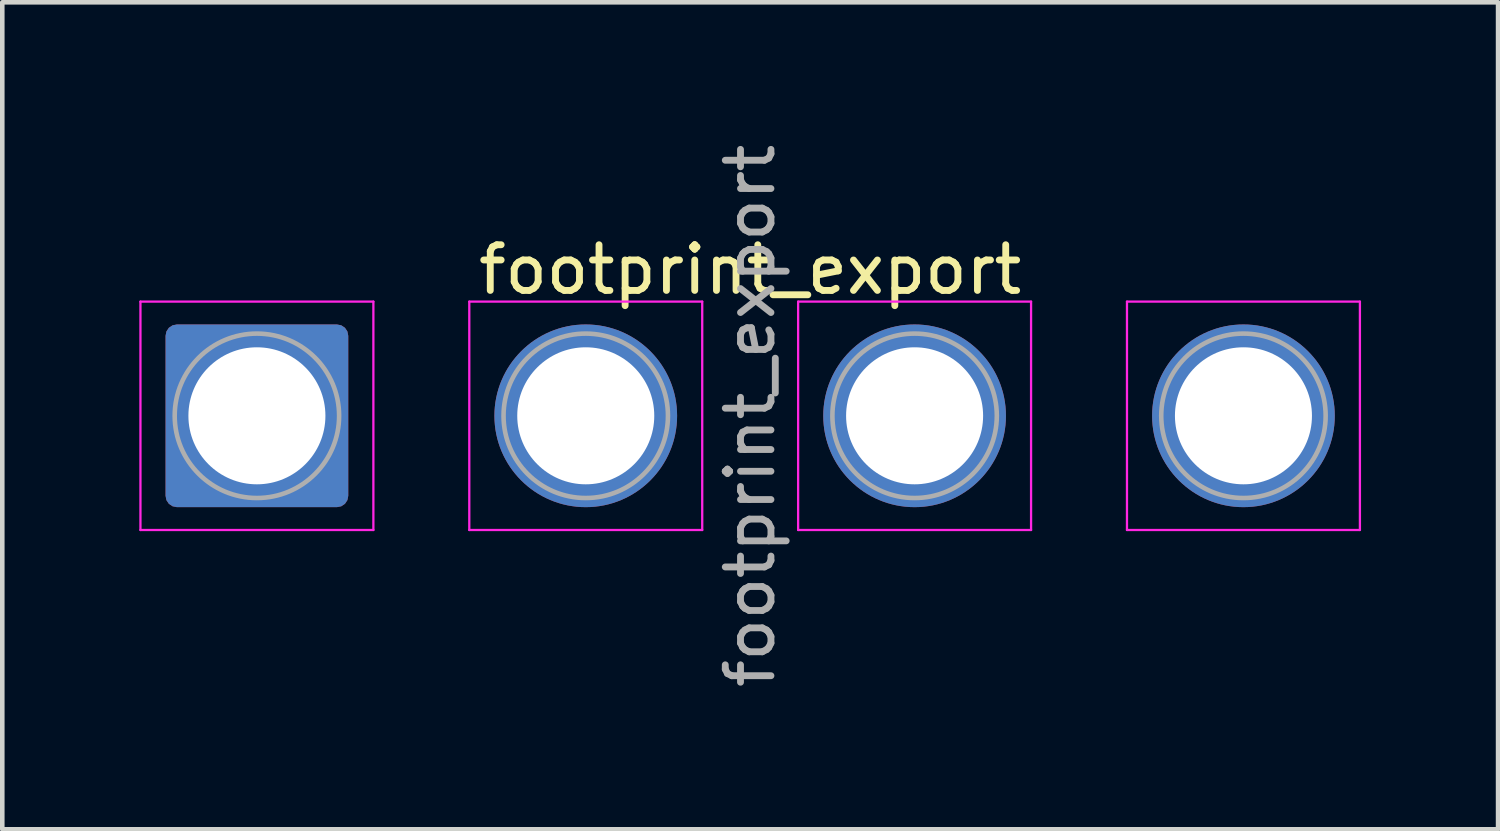
<source format=kicad_pcb>
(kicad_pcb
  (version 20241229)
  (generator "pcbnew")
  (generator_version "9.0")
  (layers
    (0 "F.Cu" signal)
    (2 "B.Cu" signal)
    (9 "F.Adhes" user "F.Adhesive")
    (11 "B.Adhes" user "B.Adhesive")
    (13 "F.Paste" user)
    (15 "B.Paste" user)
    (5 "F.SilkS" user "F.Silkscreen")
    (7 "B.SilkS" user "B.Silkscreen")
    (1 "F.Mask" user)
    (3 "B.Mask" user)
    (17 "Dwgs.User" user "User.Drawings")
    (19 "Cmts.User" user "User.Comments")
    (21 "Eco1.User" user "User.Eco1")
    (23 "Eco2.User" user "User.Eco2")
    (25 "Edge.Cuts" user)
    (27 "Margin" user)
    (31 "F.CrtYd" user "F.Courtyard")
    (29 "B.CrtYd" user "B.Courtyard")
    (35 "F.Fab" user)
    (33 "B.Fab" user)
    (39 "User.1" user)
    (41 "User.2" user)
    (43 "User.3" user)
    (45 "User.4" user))
  (footprint "footprint_export"
    (layer "F.Cu")
    (at 2.575 6.054)
    (property "Reference" "footprint_export" (at 10.8 -3.2 0) (layer "F.SilkS") (effects (font (size 1 1) (thickness 0.15))))
    (attr exclude_from_pos_files exclude_from_bom)
    (fp_line (start -2.55 -2.5) (end -2.55 2.5) (stroke (width 0.05) (type solid)) (layer "F.CrtYd"))
    (fp_line (start -2.55 2.5) (end 2.55 2.5) (stroke (width 0.05) (type solid)) (layer "F.CrtYd"))
    (fp_line (start 2.55 -2.5) (end -2.55 -2.5) (stroke (width 0.05) (type solid)) (layer "F.CrtYd"))
    (fp_line (start 2.55 2.5) (end 2.55 -2.5) (stroke (width 0.05) (type solid)) (layer "F.CrtYd"))
    (fp_line (start 4.65 -2.5) (end 4.65 2.5) (stroke (width 0.05) (type solid)) (layer "F.CrtYd"))
    (fp_line (start 4.65 2.5) (end 9.75 2.5) (stroke (width 0.05) (type solid)) (layer "F.CrtYd"))
    (fp_line (start 9.75 -2.5) (end 4.65 -2.5) (stroke (width 0.05) (type solid)) (layer "F.CrtYd"))
    (fp_line (start 9.75 2.5) (end 9.75 -2.5) (stroke (width 0.05) (type solid)) (layer "F.CrtYd"))
    (fp_line (start 11.85 -2.5) (end 11.85 2.5) (stroke (width 0.05) (type solid)) (layer "F.CrtYd"))
    (fp_line (start 11.85 2.5) (end 16.95 2.5) (stroke (width 0.05) (type solid)) (layer "F.CrtYd"))
    (fp_line (start 16.95 -2.5) (end 11.85 -2.5) (stroke (width 0.05) (type solid)) (layer "F.CrtYd"))
    (fp_line (start 16.95 2.5) (end 16.95 -2.5) (stroke (width 0.05) (type solid)) (layer "F.CrtYd"))
    (fp_line (start 19.05 -2.5) (end 19.05 2.5) (stroke (width 0.05) (type solid)) (layer "F.CrtYd"))
    (fp_line (start 19.05 2.5) (end 24.15 2.5) (stroke (width 0.05) (type solid)) (layer "F.CrtYd"))
    (fp_line (start 24.15 -2.5) (end 19.05 -2.5) (stroke (width 0.05) (type solid)) (layer "F.CrtYd"))
    (fp_line (start 24.15 2.5) (end 24.15 -2.5) (stroke (width 0.05) (type solid)) (layer "F.CrtYd"))
    (fp_circle (center 0 0) (end 1.8 0) (stroke (width 0.1) (type solid)) (fill no) (layer "F.Fab"))
    (fp_circle (center 7.2 0) (end 9 0) (stroke (width 0.1) (type solid)) (fill no) (layer "F.Fab"))
    (fp_circle (center 14.4 0) (end 16.2 0) (stroke (width 0.1) (type solid)) (fill no) (layer "F.Fab"))
    (fp_circle (center 21.6 0) (end 23.4 0) (stroke (width 0.1) (type solid)) (fill no) (layer "F.Fab"))
    (fp_text user "${REFERENCE}" (at 10.8 0 90) (layer "F.Fab") (effects (font (size 1 1) (thickness 0.15))))
    (pad "1" thru_hole roundrect (at 0 0) (size 4 4) (drill 3) (layers "*.Cu" "*.Mask") (roundrect_rratio 0.062))
    (pad "2" thru_hole circle (at 7.2 0) (size 4 4) (drill 3) (layers "*.Cu" "*.Mask"))
    (pad "3" thru_hole circle (at 14.4 0) (size 4 4) (drill 3) (layers "*.Cu" "*.Mask"))
    (pad "4" thru_hole circle (at 21.6 0) (size 4 4) (drill 3) (layers "*.Cu" "*.Mask")))
  (gr_rect
    (start -3 -3)
    (end 29.75 15.107)
    (stroke (width 0.1) (type default))
    (fill no)
    (layer "Edge.Cuts")))
</source>
